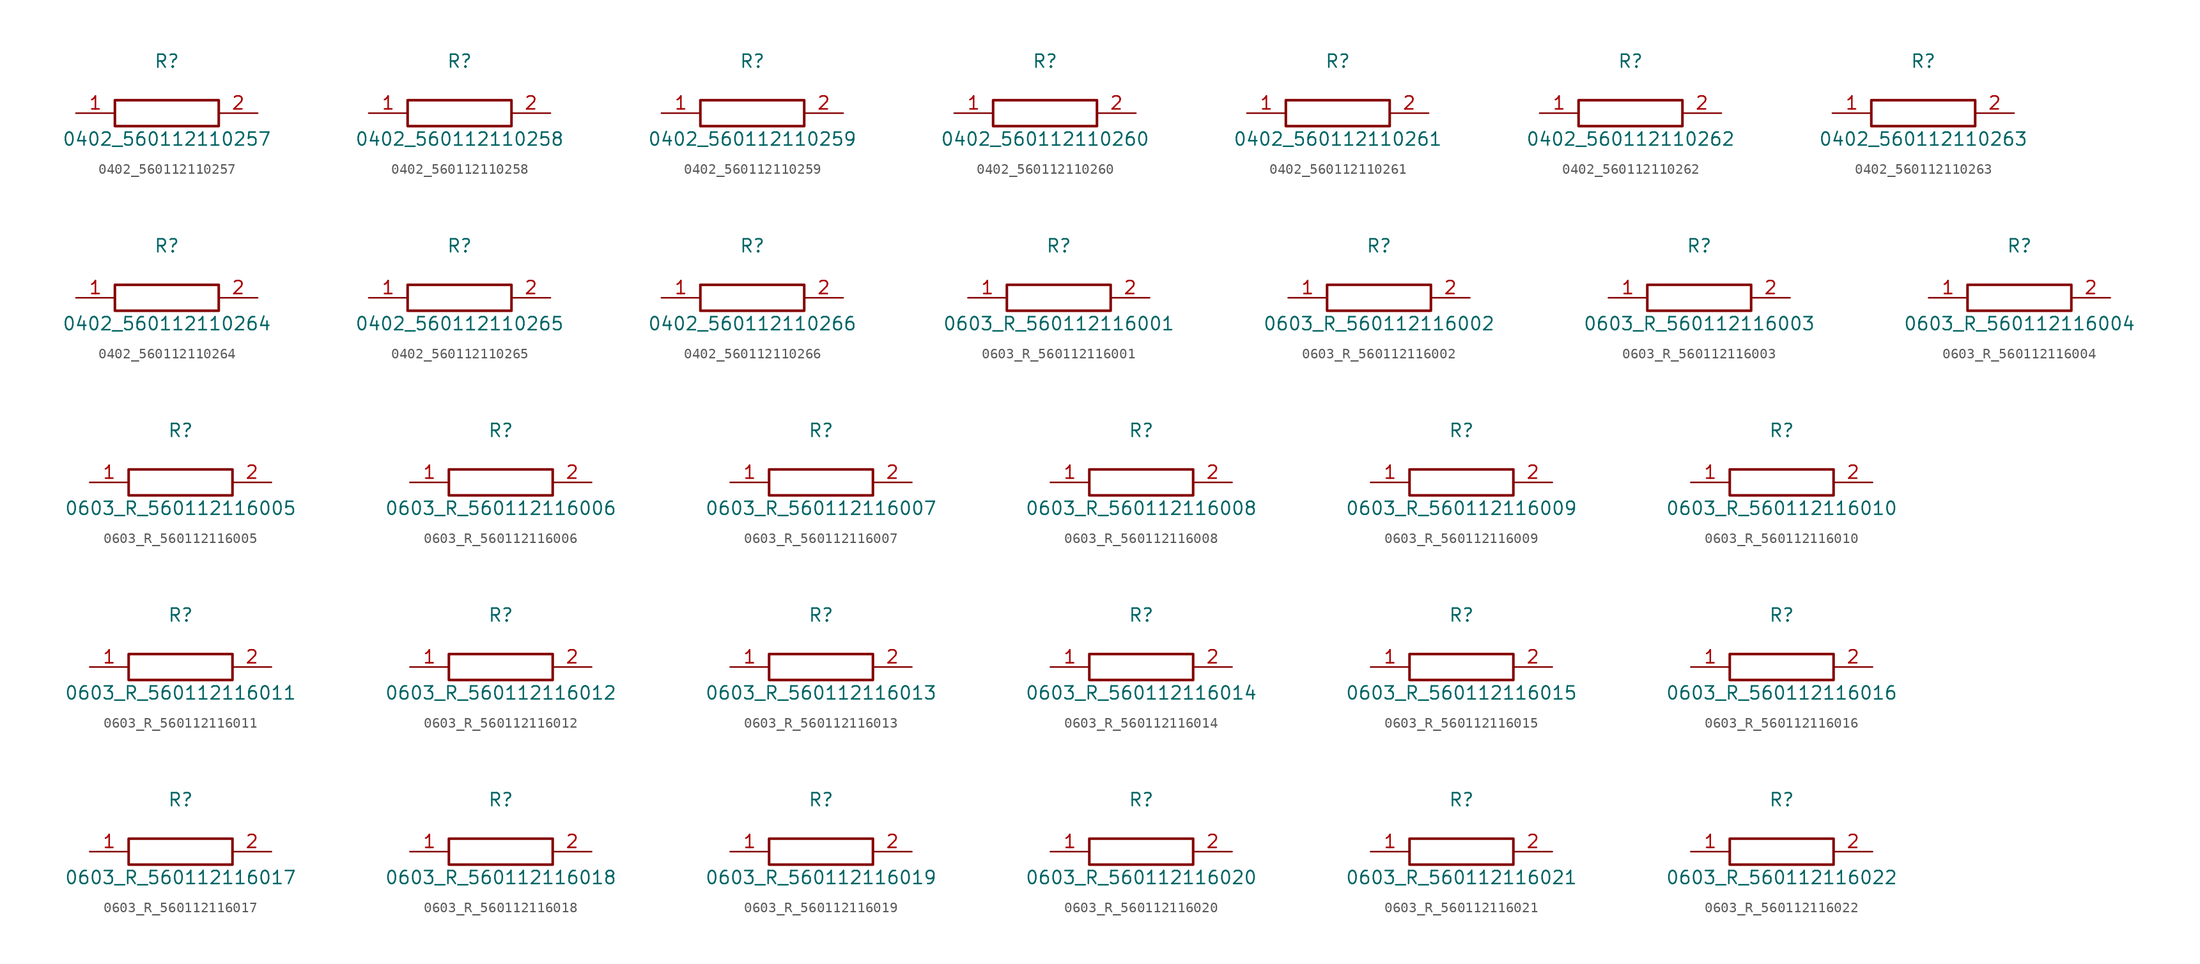
<source format=kicad_sym>
(kicad_symbol_lib
  (version 20211014)
  (generator kicad_symbol_editor)
  (symbol "Resistor_Wurth_WRIS-RSKS:0402_560112110257"
    (pin_names hide)
    (property "Reference" "R"
      (at 0 5.08 0)
      (effects (font (size 1.27 1.27))))
    (property "Value" "0402_560112110257"
      (at 0 -2.54 0)
      (effects (font (size 1.27 1.27))))
    (symbol "0402_560112110257_0_1"
      (rectangle (start -5.08 1.27) (end 5.08 -1.27) (stroke (width 0.254) (type solid)) (fill (type none)))
      (pin passive line (at -8.89 0 0) (length 3.81) (name "1" (effects (font (size 1.27 1.27)))) (number "1" (effects (font (size 1.27 1.27)))))
      (pin passive line (at 8.89 0 180) (length 3.81) (name "2" (effects (font (size 1.27 1.27)))) (number "2" (effects (font (size 1.27 1.27)))))))
  (symbol "Resistor_Wurth_WRIS-RSKS:0402_560112110258"
    (pin_names hide)
    (property "Reference" "R"
      (at 0 5.08 0)
      (effects (font (size 1.27 1.27))))
    (property "Value" "0402_560112110258"
      (at 0 -2.54 0)
      (effects (font (size 1.27 1.27))))
    (symbol "0402_560112110258_0_1"
      (rectangle (start -5.08 1.27) (end 5.08 -1.27) (stroke (width 0.254) (type solid)) (fill (type none)))
      (pin passive line (at -8.89 0 0) (length 3.81) (name "1" (effects (font (size 1.27 1.27)))) (number "1" (effects (font (size 1.27 1.27)))))
      (pin passive line (at 8.89 0 180) (length 3.81) (name "2" (effects (font (size 1.27 1.27)))) (number "2" (effects (font (size 1.27 1.27)))))))
  (symbol "Resistor_Wurth_WRIS-RSKS:0402_560112110259"
    (pin_names hide)
    (property "Reference" "R"
      (at 0 5.08 0)
      (effects (font (size 1.27 1.27))))
    (property "Value" "0402_560112110259"
      (at 0 -2.54 0)
      (effects (font (size 1.27 1.27))))
    (symbol "0402_560112110259_0_1"
      (rectangle (start -5.08 1.27) (end 5.08 -1.27) (stroke (width 0.254) (type solid)) (fill (type none)))
      (pin passive line (at -8.89 0 0) (length 3.81) (name "1" (effects (font (size 1.27 1.27)))) (number "1" (effects (font (size 1.27 1.27)))))
      (pin passive line (at 8.89 0 180) (length 3.81) (name "2" (effects (font (size 1.27 1.27)))) (number "2" (effects (font (size 1.27 1.27)))))))
  (symbol "Resistor_Wurth_WRIS-RSKS:0402_560112110260"
    (pin_names hide)
    (property "Reference" "R"
      (at 0 5.08 0)
      (effects (font (size 1.27 1.27))))
    (property "Value" "0402_560112110260"
      (at 0 -2.54 0)
      (effects (font (size 1.27 1.27))))
    (symbol "0402_560112110260_0_1"
      (rectangle (start -5.08 1.27) (end 5.08 -1.27) (stroke (width 0.254) (type solid)) (fill (type none)))
      (pin passive line (at -8.89 0 0) (length 3.81) (name "1" (effects (font (size 1.27 1.27)))) (number "1" (effects (font (size 1.27 1.27)))))
      (pin passive line (at 8.89 0 180) (length 3.81) (name "2" (effects (font (size 1.27 1.27)))) (number "2" (effects (font (size 1.27 1.27)))))))
  (symbol "Resistor_Wurth_WRIS-RSKS:0402_560112110261"
    (pin_names hide)
    (property "Reference" "R"
      (at 0 5.08 0)
      (effects (font (size 1.27 1.27))))
    (property "Value" "0402_560112110261"
      (at 0 -2.54 0)
      (effects (font (size 1.27 1.27))))
    (symbol "0402_560112110261_0_1"
      (rectangle (start -5.08 1.27) (end 5.08 -1.27) (stroke (width 0.254) (type solid)) (fill (type none)))
      (pin passive line (at -8.89 0 0) (length 3.81) (name "1" (effects (font (size 1.27 1.27)))) (number "1" (effects (font (size 1.27 1.27)))))
      (pin passive line (at 8.89 0 180) (length 3.81) (name "2" (effects (font (size 1.27 1.27)))) (number "2" (effects (font (size 1.27 1.27)))))))
  (symbol "Resistor_Wurth_WRIS-RSKS:0402_560112110262"
    (pin_names hide)
    (property "Reference" "R"
      (at 0 5.08 0)
      (effects (font (size 1.27 1.27))))
    (property "Value" "0402_560112110262"
      (at 0 -2.54 0)
      (effects (font (size 1.27 1.27))))
    (symbol "0402_560112110262_0_1"
      (rectangle (start -5.08 1.27) (end 5.08 -1.27) (stroke (width 0.254) (type solid)) (fill (type none)))
      (pin passive line (at -8.89 0 0) (length 3.81) (name "1" (effects (font (size 1.27 1.27)))) (number "1" (effects (font (size 1.27 1.27)))))
      (pin passive line (at 8.89 0 180) (length 3.81) (name "2" (effects (font (size 1.27 1.27)))) (number "2" (effects (font (size 1.27 1.27)))))))
  (symbol "Resistor_Wurth_WRIS-RSKS:0402_560112110263"
    (pin_names hide)
    (property "Reference" "R"
      (at 0 5.08 0)
      (effects (font (size 1.27 1.27))))
    (property "Value" "0402_560112110263"
      (at 0 -2.54 0)
      (effects (font (size 1.27 1.27))))
    (symbol "0402_560112110263_0_1"
      (rectangle (start -5.08 1.27) (end 5.08 -1.27) (stroke (width 0.254) (type solid)) (fill (type none)))
      (pin passive line (at -8.89 0 0) (length 3.81) (name "1" (effects (font (size 1.27 1.27)))) (number "1" (effects (font (size 1.27 1.27)))))
      (pin passive line (at 8.89 0 180) (length 3.81) (name "2" (effects (font (size 1.27 1.27)))) (number "2" (effects (font (size 1.27 1.27)))))))
  (symbol "Resistor_Wurth_WRIS-RSKS:0402_560112110264"
    (pin_names hide)
    (property "Reference" "R"
      (at 0 5.08 0)
      (effects (font (size 1.27 1.27))))
    (property "Value" "0402_560112110264"
      (at 0 -2.54 0)
      (effects (font (size 1.27 1.27))))
    (symbol "0402_560112110264_0_1"
      (rectangle (start -5.08 1.27) (end 5.08 -1.27) (stroke (width 0.254) (type solid)) (fill (type none)))
      (pin passive line (at -8.89 0 0) (length 3.81) (name "1" (effects (font (size 1.27 1.27)))) (number "1" (effects (font (size 1.27 1.27)))))
      (pin passive line (at 8.89 0 180) (length 3.81) (name "2" (effects (font (size 1.27 1.27)))) (number "2" (effects (font (size 1.27 1.27)))))))
  (symbol "Resistor_Wurth_WRIS-RSKS:0402_560112110265"
    (pin_names hide)
    (property "Reference" "R"
      (at 0 5.08 0)
      (effects (font (size 1.27 1.27))))
    (property "Value" "0402_560112110265"
      (at 0 -2.54 0)
      (effects (font (size 1.27 1.27))))
    (symbol "0402_560112110265_0_1"
      (rectangle (start -5.08 1.27) (end 5.08 -1.27) (stroke (width 0.254) (type solid)) (fill (type none)))
      (pin passive line (at -8.89 0 0) (length 3.81) (name "1" (effects (font (size 1.27 1.27)))) (number "1" (effects (font (size 1.27 1.27)))))
      (pin passive line (at 8.89 0 180) (length 3.81) (name "2" (effects (font (size 1.27 1.27)))) (number "2" (effects (font (size 1.27 1.27)))))))
  (symbol "Resistor_Wurth_WRIS-RSKS:0402_560112110266"
    (pin_names hide)
    (property "Reference" "R"
      (at 0 5.08 0)
      (effects (font (size 1.27 1.27))))
    (property "Value" "0402_560112110266"
      (at 0 -2.54 0)
      (effects (font (size 1.27 1.27))))
    (symbol "0402_560112110266_0_1"
      (rectangle (start -5.08 1.27) (end 5.08 -1.27) (stroke (width 0.254) (type solid)) (fill (type none)))
      (pin passive line (at -8.89 0 0) (length 3.81) (name "1" (effects (font (size 1.27 1.27)))) (number "1" (effects (font (size 1.27 1.27)))))
      (pin passive line (at 8.89 0 180) (length 3.81) (name "2" (effects (font (size 1.27 1.27)))) (number "2" (effects (font (size 1.27 1.27)))))))
  (symbol "Resistor_Wurth_WRIS-RSKS:0603_R_560112116001"
    (pin_names hide)
    (property "Reference" "R"
      (at 0 5.08 0)
      (effects (font (size 1.27 1.27))))
    (property "Value" "0603_R_560112116001"
      (at 0 -2.54 0)
      (effects (font (size 1.27 1.27))))
    (symbol "0603_R_560112116001_0_1"
      (rectangle (start -5.08 1.27) (end 5.08 -1.27) (stroke (width 0.254) (type solid)) (fill (type none)))
      (pin passive line (at -8.89 0 0) (length 3.81) (name "1" (effects (font (size 1.27 1.27)))) (number "1" (effects (font (size 1.27 1.27)))))
      (pin passive line (at 8.89 0 180) (length 3.81) (name "2" (effects (font (size 1.27 1.27)))) (number "2" (effects (font (size 1.27 1.27)))))))
  (symbol "Resistor_Wurth_WRIS-RSKS:0603_R_560112116002"
    (pin_names hide)
    (property "Reference" "R"
      (at 0 5.08 0)
      (effects (font (size 1.27 1.27))))
    (property "Value" "0603_R_560112116002"
      (at 0 -2.54 0)
      (effects (font (size 1.27 1.27))))
    (symbol "0603_R_560112116002_0_1"
      (rectangle (start -5.08 1.27) (end 5.08 -1.27) (stroke (width 0.254) (type solid)) (fill (type none)))
      (pin passive line (at -8.89 0 0) (length 3.81) (name "1" (effects (font (size 1.27 1.27)))) (number "1" (effects (font (size 1.27 1.27)))))
      (pin passive line (at 8.89 0 180) (length 3.81) (name "2" (effects (font (size 1.27 1.27)))) (number "2" (effects (font (size 1.27 1.27)))))))
  (symbol "Resistor_Wurth_WRIS-RSKS:0603_R_560112116003"
    (pin_names hide)
    (property "Reference" "R"
      (at 0 5.08 0)
      (effects (font (size 1.27 1.27))))
    (property "Value" "0603_R_560112116003"
      (at 0 -2.54 0)
      (effects (font (size 1.27 1.27))))
    (symbol "0603_R_560112116003_0_1"
      (rectangle (start -5.08 1.27) (end 5.08 -1.27) (stroke (width 0.254) (type solid)) (fill (type none)))
      (pin passive line (at -8.89 0 0) (length 3.81) (name "1" (effects (font (size 1.27 1.27)))) (number "1" (effects (font (size 1.27 1.27)))))
      (pin passive line (at 8.89 0 180) (length 3.81) (name "2" (effects (font (size 1.27 1.27)))) (number "2" (effects (font (size 1.27 1.27)))))))
  (symbol "Resistor_Wurth_WRIS-RSKS:0603_R_560112116004"
    (pin_names hide)
    (property "Reference" "R"
      (at 0 5.08 0)
      (effects (font (size 1.27 1.27))))
    (property "Value" "0603_R_560112116004"
      (at 0 -2.54 0)
      (effects (font (size 1.27 1.27))))
    (symbol "0603_R_560112116004_0_1"
      (rectangle (start -5.08 1.27) (end 5.08 -1.27) (stroke (width 0.254) (type solid)) (fill (type none)))
      (pin passive line (at -8.89 0 0) (length 3.81) (name "1" (effects (font (size 1.27 1.27)))) (number "1" (effects (font (size 1.27 1.27)))))
      (pin passive line (at 8.89 0 180) (length 3.81) (name "2" (effects (font (size 1.27 1.27)))) (number "2" (effects (font (size 1.27 1.27)))))))
  (symbol "Resistor_Wurth_WRIS-RSKS:0603_R_560112116005"
    (pin_names hide)
    (property "Reference" "R"
      (at 0 5.08 0)
      (effects (font (size 1.27 1.27))))
    (property "Value" "0603_R_560112116005"
      (at 0 -2.54 0)
      (effects (font (size 1.27 1.27))))
    (symbol "0603_R_560112116005_0_1"
      (rectangle (start -5.08 1.27) (end 5.08 -1.27) (stroke (width 0.254) (type solid)) (fill (type none)))
      (pin passive line (at -8.89 0 0) (length 3.81) (name "1" (effects (font (size 1.27 1.27)))) (number "1" (effects (font (size 1.27 1.27)))))
      (pin passive line (at 8.89 0 180) (length 3.81) (name "2" (effects (font (size 1.27 1.27)))) (number "2" (effects (font (size 1.27 1.27)))))))
  (symbol "Resistor_Wurth_WRIS-RSKS:0603_R_560112116006"
    (pin_names hide)
    (property "Reference" "R"
      (at 0 5.08 0)
      (effects (font (size 1.27 1.27))))
    (property "Value" "0603_R_560112116006"
      (at 0 -2.54 0)
      (effects (font (size 1.27 1.27))))
    (symbol "0603_R_560112116006_0_1"
      (rectangle (start -5.08 1.27) (end 5.08 -1.27) (stroke (width 0.254) (type solid)) (fill (type none)))
      (pin passive line (at -8.89 0 0) (length 3.81) (name "1" (effects (font (size 1.27 1.27)))) (number "1" (effects (font (size 1.27 1.27)))))
      (pin passive line (at 8.89 0 180) (length 3.81) (name "2" (effects (font (size 1.27 1.27)))) (number "2" (effects (font (size 1.27 1.27)))))))
  (symbol "Resistor_Wurth_WRIS-RSKS:0603_R_560112116007"
    (pin_names hide)
    (property "Reference" "R"
      (at 0 5.08 0)
      (effects (font (size 1.27 1.27))))
    (property "Value" "0603_R_560112116007"
      (at 0 -2.54 0)
      (effects (font (size 1.27 1.27))))
    (symbol "0603_R_560112116007_0_1"
      (rectangle (start -5.08 1.27) (end 5.08 -1.27) (stroke (width 0.254) (type solid)) (fill (type none)))
      (pin passive line (at -8.89 0 0) (length 3.81) (name "1" (effects (font (size 1.27 1.27)))) (number "1" (effects (font (size 1.27 1.27)))))
      (pin passive line (at 8.89 0 180) (length 3.81) (name "2" (effects (font (size 1.27 1.27)))) (number "2" (effects (font (size 1.27 1.27)))))))
  (symbol "Resistor_Wurth_WRIS-RSKS:0603_R_560112116008"
    (pin_names hide)
    (property "Reference" "R"
      (at 0 5.08 0)
      (effects (font (size 1.27 1.27))))
    (property "Value" "0603_R_560112116008"
      (at 0 -2.54 0)
      (effects (font (size 1.27 1.27))))
    (symbol "0603_R_560112116008_0_1"
      (rectangle (start -5.08 1.27) (end 5.08 -1.27) (stroke (width 0.254) (type solid)) (fill (type none)))
      (pin passive line (at -8.89 0 0) (length 3.81) (name "1" (effects (font (size 1.27 1.27)))) (number "1" (effects (font (size 1.27 1.27)))))
      (pin passive line (at 8.89 0 180) (length 3.81) (name "2" (effects (font (size 1.27 1.27)))) (number "2" (effects (font (size 1.27 1.27)))))))
  (symbol "Resistor_Wurth_WRIS-RSKS:0603_R_560112116009"
    (pin_names hide)
    (property "Reference" "R"
      (at 0 5.08 0)
      (effects (font (size 1.27 1.27))))
    (property "Value" "0603_R_560112116009"
      (at 0 -2.54 0)
      (effects (font (size 1.27 1.27))))
    (symbol "0603_R_560112116009_0_1"
      (rectangle (start -5.08 1.27) (end 5.08 -1.27) (stroke (width 0.254) (type solid)) (fill (type none)))
      (pin passive line (at -8.89 0 0) (length 3.81) (name "1" (effects (font (size 1.27 1.27)))) (number "1" (effects (font (size 1.27 1.27)))))
      (pin passive line (at 8.89 0 180) (length 3.81) (name "2" (effects (font (size 1.27 1.27)))) (number "2" (effects (font (size 1.27 1.27)))))))
  (symbol "Resistor_Wurth_WRIS-RSKS:0603_R_560112116010"
    (pin_names hide)
    (property "Reference" "R"
      (at 0 5.08 0)
      (effects (font (size 1.27 1.27))))
    (property "Value" "0603_R_560112116010"
      (at 0 -2.54 0)
      (effects (font (size 1.27 1.27))))
    (symbol "0603_R_560112116010_0_1"
      (rectangle (start -5.08 1.27) (end 5.08 -1.27) (stroke (width 0.254) (type solid)) (fill (type none)))
      (pin passive line (at -8.89 0 0) (length 3.81) (name "1" (effects (font (size 1.27 1.27)))) (number "1" (effects (font (size 1.27 1.27)))))
      (pin passive line (at 8.89 0 180) (length 3.81) (name "2" (effects (font (size 1.27 1.27)))) (number "2" (effects (font (size 1.27 1.27)))))))
  (symbol "Resistor_Wurth_WRIS-RSKS:0603_R_560112116011"
    (pin_names hide)
    (property "Reference" "R"
      (at 0 5.08 0)
      (effects (font (size 1.27 1.27))))
    (property "Value" "0603_R_560112116011"
      (at 0 -2.54 0)
      (effects (font (size 1.27 1.27))))
    (symbol "0603_R_560112116011_0_1"
      (rectangle (start -5.08 1.27) (end 5.08 -1.27) (stroke (width 0.254) (type solid)) (fill (type none)))
      (pin passive line (at -8.89 0 0) (length 3.81) (name "1" (effects (font (size 1.27 1.27)))) (number "1" (effects (font (size 1.27 1.27)))))
      (pin passive line (at 8.89 0 180) (length 3.81) (name "2" (effects (font (size 1.27 1.27)))) (number "2" (effects (font (size 1.27 1.27)))))))
  (symbol "Resistor_Wurth_WRIS-RSKS:0603_R_560112116012"
    (pin_names hide)
    (property "Reference" "R"
      (at 0 5.08 0)
      (effects (font (size 1.27 1.27))))
    (property "Value" "0603_R_560112116012"
      (at 0 -2.54 0)
      (effects (font (size 1.27 1.27))))
    (symbol "0603_R_560112116012_0_1"
      (rectangle (start -5.08 1.27) (end 5.08 -1.27) (stroke (width 0.254) (type solid)) (fill (type none)))
      (pin passive line (at -8.89 0 0) (length 3.81) (name "1" (effects (font (size 1.27 1.27)))) (number "1" (effects (font (size 1.27 1.27)))))
      (pin passive line (at 8.89 0 180) (length 3.81) (name "2" (effects (font (size 1.27 1.27)))) (number "2" (effects (font (size 1.27 1.27)))))))
  (symbol "Resistor_Wurth_WRIS-RSKS:0603_R_560112116013"
    (pin_names hide)
    (property "Reference" "R"
      (at 0 5.08 0)
      (effects (font (size 1.27 1.27))))
    (property "Value" "0603_R_560112116013"
      (at 0 -2.54 0)
      (effects (font (size 1.27 1.27))))
    (symbol "0603_R_560112116013_0_1"
      (rectangle (start -5.08 1.27) (end 5.08 -1.27) (stroke (width 0.254) (type solid)) (fill (type none)))
      (pin passive line (at -8.89 0 0) (length 3.81) (name "1" (effects (font (size 1.27 1.27)))) (number "1" (effects (font (size 1.27 1.27)))))
      (pin passive line (at 8.89 0 180) (length 3.81) (name "2" (effects (font (size 1.27 1.27)))) (number "2" (effects (font (size 1.27 1.27)))))))
  (symbol "Resistor_Wurth_WRIS-RSKS:0603_R_560112116014"
    (pin_names hide)
    (property "Reference" "R"
      (at 0 5.08 0)
      (effects (font (size 1.27 1.27))))
    (property "Value" "0603_R_560112116014"
      (at 0 -2.54 0)
      (effects (font (size 1.27 1.27))))
    (symbol "0603_R_560112116014_0_1"
      (rectangle (start -5.08 1.27) (end 5.08 -1.27) (stroke (width 0.254) (type solid)) (fill (type none)))
      (pin passive line (at -8.89 0 0) (length 3.81) (name "1" (effects (font (size 1.27 1.27)))) (number "1" (effects (font (size 1.27 1.27)))))
      (pin passive line (at 8.89 0 180) (length 3.81) (name "2" (effects (font (size 1.27 1.27)))) (number "2" (effects (font (size 1.27 1.27)))))))
  (symbol "Resistor_Wurth_WRIS-RSKS:0603_R_560112116015"
    (pin_names hide)
    (property "Reference" "R"
      (at 0 5.08 0)
      (effects (font (size 1.27 1.27))))
    (property "Value" "0603_R_560112116015"
      (at 0 -2.54 0)
      (effects (font (size 1.27 1.27))))
    (symbol "0603_R_560112116015_0_1"
      (rectangle (start -5.08 1.27) (end 5.08 -1.27) (stroke (width 0.254) (type solid)) (fill (type none)))
      (pin passive line (at -8.89 0 0) (length 3.81) (name "1" (effects (font (size 1.27 1.27)))) (number "1" (effects (font (size 1.27 1.27)))))
      (pin passive line (at 8.89 0 180) (length 3.81) (name "2" (effects (font (size 1.27 1.27)))) (number "2" (effects (font (size 1.27 1.27)))))))
  (symbol "Resistor_Wurth_WRIS-RSKS:0603_R_560112116016"
    (pin_names hide)
    (property "Reference" "R"
      (at 0 5.08 0)
      (effects (font (size 1.27 1.27))))
    (property "Value" "0603_R_560112116016"
      (at 0 -2.54 0)
      (effects (font (size 1.27 1.27))))
    (symbol "0603_R_560112116016_0_1"
      (rectangle (start -5.08 1.27) (end 5.08 -1.27) (stroke (width 0.254) (type solid)) (fill (type none)))
      (pin passive line (at -8.89 0 0) (length 3.81) (name "1" (effects (font (size 1.27 1.27)))) (number "1" (effects (font (size 1.27 1.27)))))
      (pin passive line (at 8.89 0 180) (length 3.81) (name "2" (effects (font (size 1.27 1.27)))) (number "2" (effects (font (size 1.27 1.27)))))))
  (symbol "Resistor_Wurth_WRIS-RSKS:0603_R_560112116017"
    (pin_names hide)
    (property "Reference" "R"
      (at 0 5.08 0)
      (effects (font (size 1.27 1.27))))
    (property "Value" "0603_R_560112116017"
      (at 0 -2.54 0)
      (effects (font (size 1.27 1.27))))
    (symbol "0603_R_560112116017_0_1"
      (rectangle (start -5.08 1.27) (end 5.08 -1.27) (stroke (width 0.254) (type solid)) (fill (type none)))
      (pin passive line (at -8.89 0 0) (length 3.81) (name "1" (effects (font (size 1.27 1.27)))) (number "1" (effects (font (size 1.27 1.27)))))
      (pin passive line (at 8.89 0 180) (length 3.81) (name "2" (effects (font (size 1.27 1.27)))) (number "2" (effects (font (size 1.27 1.27)))))))
  (symbol "Resistor_Wurth_WRIS-RSKS:0603_R_560112116018"
    (pin_names hide)
    (property "Reference" "R"
      (at 0 5.08 0)
      (effects (font (size 1.27 1.27))))
    (property "Value" "0603_R_560112116018"
      (at 0 -2.54 0)
      (effects (font (size 1.27 1.27))))
    (symbol "0603_R_560112116018_0_1"
      (rectangle (start -5.08 1.27) (end 5.08 -1.27) (stroke (width 0.254) (type solid)) (fill (type none)))
      (pin passive line (at -8.89 0 0) (length 3.81) (name "1" (effects (font (size 1.27 1.27)))) (number "1" (effects (font (size 1.27 1.27)))))
      (pin passive line (at 8.89 0 180) (length 3.81) (name "2" (effects (font (size 1.27 1.27)))) (number "2" (effects (font (size 1.27 1.27)))))))
  (symbol "Resistor_Wurth_WRIS-RSKS:0603_R_560112116019"
    (pin_names hide)
    (property "Reference" "R"
      (at 0 5.08 0)
      (effects (font (size 1.27 1.27))))
    (property "Value" "0603_R_560112116019"
      (at 0 -2.54 0)
      (effects (font (size 1.27 1.27))))
    (symbol "0603_R_560112116019_0_1"
      (rectangle (start -5.08 1.27) (end 5.08 -1.27) (stroke (width 0.254) (type solid)) (fill (type none)))
      (pin passive line (at -8.89 0 0) (length 3.81) (name "1" (effects (font (size 1.27 1.27)))) (number "1" (effects (font (size 1.27 1.27)))))
      (pin passive line (at 8.89 0 180) (length 3.81) (name "2" (effects (font (size 1.27 1.27)))) (number "2" (effects (font (size 1.27 1.27)))))))
  (symbol "Resistor_Wurth_WRIS-RSKS:0603_R_560112116020"
    (pin_names hide)
    (property "Reference" "R"
      (at 0 5.08 0)
      (effects (font (size 1.27 1.27))))
    (property "Value" "0603_R_560112116020"
      (at 0 -2.54 0)
      (effects (font (size 1.27 1.27))))
    (symbol "0603_R_560112116020_0_1"
      (rectangle (start -5.08 1.27) (end 5.08 -1.27) (stroke (width 0.254) (type solid)) (fill (type none)))
      (pin passive line (at -8.89 0 0) (length 3.81) (name "1" (effects (font (size 1.27 1.27)))) (number "1" (effects (font (size 1.27 1.27)))))
      (pin passive line (at 8.89 0 180) (length 3.81) (name "2" (effects (font (size 1.27 1.27)))) (number "2" (effects (font (size 1.27 1.27)))))))
  (symbol "Resistor_Wurth_WRIS-RSKS:0603_R_560112116021"
    (pin_names hide)
    (property "Reference" "R"
      (at 0 5.08 0)
      (effects (font (size 1.27 1.27))))
    (property "Value" "0603_R_560112116021"
      (at 0 -2.54 0)
      (effects (font (size 1.27 1.27))))
    (symbol "0603_R_560112116021_0_1"
      (rectangle (start -5.08 1.27) (end 5.08 -1.27) (stroke (width 0.254) (type solid)) (fill (type none)))
      (pin passive line (at -8.89 0 0) (length 3.81) (name "1" (effects (font (size 1.27 1.27)))) (number "1" (effects (font (size 1.27 1.27)))))
      (pin passive line (at 8.89 0 180) (length 3.81) (name "2" (effects (font (size 1.27 1.27)))) (number "2" (effects (font (size 1.27 1.27)))))))
  (symbol "Resistor_Wurth_WRIS-RSKS:0603_R_560112116022"
    (pin_names hide)
    (property "Reference" "R"
      (at 0 5.08 0)
      (effects (font (size 1.27 1.27))))
    (property "Value" "0603_R_560112116022"
      (at 0 -2.54 0)
      (effects (font (size 1.27 1.27))))
    (symbol "0603_R_560112116022_0_1"
      (rectangle (start -5.08 1.27) (end 5.08 -1.27) (stroke (width 0.254) (type solid)) (fill (type none)))
      (pin passive line (at -8.89 0 0) (length 3.81) (name "1" (effects (font (size 1.27 1.27)))) (number "1" (effects (font (size 1.27 1.27)))))
      (pin passive line (at 8.89 0 180) (length 3.81) (name "2" (effects (font (size 1.27 1.27)))) (number "2" (effects (font (size 1.27 1.27))))))))
</source>
